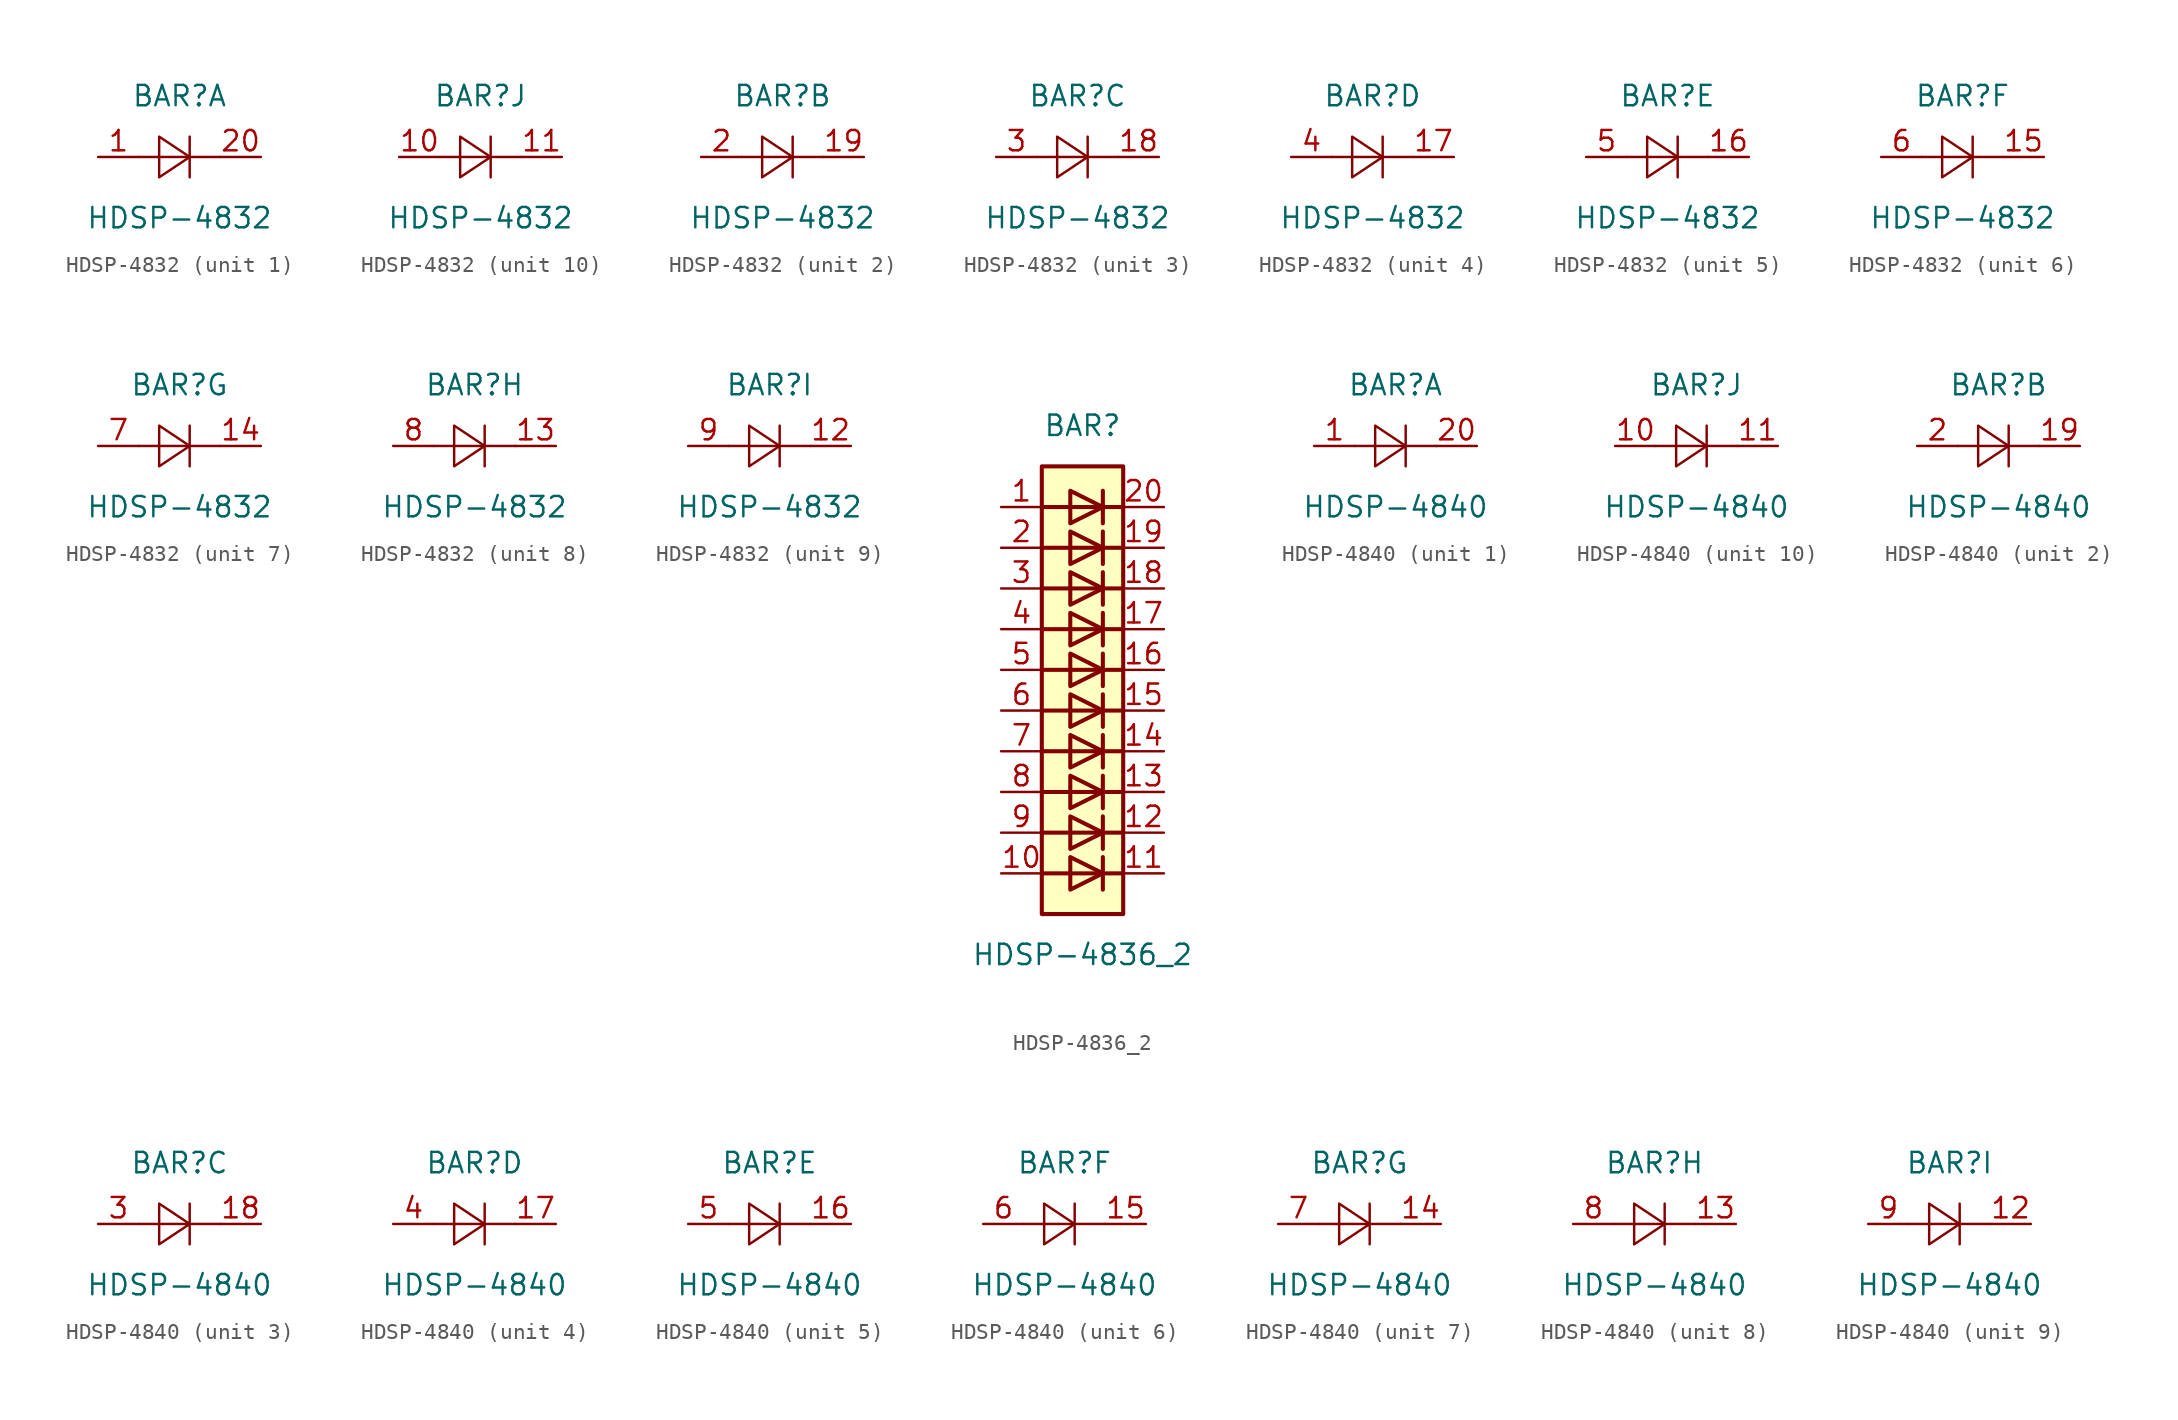
<source format=kicad_sym>
(kicad_symbol_lib
  (version 20201005)
  (generator kicad_symbol_editor)
  (symbol "HDSP-4832"
    (pin_names
      (offset 1.016) hide)
    (property "Reference" "BAR"
      (at 0 3.81 0)
      (effects (font (size 1.27 1.27))))
    (property "Value" "HDSP-4832"
      (at 0 -3.81 0)
      (effects (font (size 1.27 1.27))))
    (symbol "HDSP-4832_0_1"
      (polyline (pts (xy 0.635 1.27) (xy 0.635 -1.27)) (stroke (width 0)) (fill (type none)))
      (polyline (pts (xy 2.54 0) (xy -2.54 0)) (stroke (width 0)) (fill (type none)))
      (polyline (pts (xy -1.27 1.27) (xy -1.27 -1.27) (xy 0.635 0) (xy -1.27 1.27)) (stroke (width 0)) (fill (type none))))
    (symbol "HDSP-4832_1_1"
      (pin passive line (at -5.08 0 0) (length 2.54) (name "A" (effects (font (size 1.27 1.27)))) (number "1" (effects (font (size 1.27 1.27)))))
      (pin passive line (at 5.08 0 180) (length 2.54) (name "K" (effects (font (size 1.27 1.27)))) (number "20" (effects (font (size 1.27 1.27))))))
    (symbol "HDSP-4832_2_1"
      (pin passive line (at 5.08 0 180) (length 2.54) (name "K" (effects (font (size 1.27 1.27)))) (number "19" (effects (font (size 1.27 1.27)))))
      (pin passive line (at -5.08 0 0) (length 2.54) (name "A" (effects (font (size 1.27 1.27)))) (number "2" (effects (font (size 1.27 1.27))))))
    (symbol "HDSP-4832_3_1"
      (pin passive line (at 5.08 0 180) (length 2.54) (name "K" (effects (font (size 1.27 1.27)))) (number "18" (effects (font (size 1.27 1.27)))))
      (pin passive line (at -5.08 0 0) (length 2.54) (name "A" (effects (font (size 1.27 1.27)))) (number "3" (effects (font (size 1.27 1.27))))))
    (symbol "HDSP-4832_4_1"
      (pin passive line (at 5.08 0 180) (length 2.54) (name "K" (effects (font (size 1.27 1.27)))) (number "17" (effects (font (size 1.27 1.27)))))
      (pin passive line (at -5.08 0 0) (length 2.54) (name "A" (effects (font (size 1.27 1.27)))) (number "4" (effects (font (size 1.27 1.27))))))
    (symbol "HDSP-4832_5_1"
      (pin passive line (at 5.08 0 180) (length 2.54) (name "K" (effects (font (size 1.27 1.27)))) (number "16" (effects (font (size 1.27 1.27)))))
      (pin passive line (at -5.08 0 0) (length 2.54) (name "A" (effects (font (size 1.27 1.27)))) (number "5" (effects (font (size 1.27 1.27))))))
    (symbol "HDSP-4832_6_1"
      (pin passive line (at 5.08 0 180) (length 2.54) (name "K" (effects (font (size 1.27 1.27)))) (number "15" (effects (font (size 1.27 1.27)))))
      (pin passive line (at -5.08 0 0) (length 2.54) (name "A" (effects (font (size 1.27 1.27)))) (number "6" (effects (font (size 1.27 1.27))))))
    (symbol "HDSP-4832_7_1"
      (pin passive line (at 5.08 0 180) (length 2.54) (name "K" (effects (font (size 1.27 1.27)))) (number "14" (effects (font (size 1.27 1.27)))))
      (pin passive line (at -5.08 0 0) (length 2.54) (name "A" (effects (font (size 1.27 1.27)))) (number "7" (effects (font (size 1.27 1.27))))))
    (symbol "HDSP-4832_8_1"
      (pin passive line (at 5.08 0 180) (length 2.54) (name "K" (effects (font (size 1.27 1.27)))) (number "13" (effects (font (size 1.27 1.27)))))
      (pin passive line (at -5.08 0 0) (length 2.54) (name "A" (effects (font (size 1.27 1.27)))) (number "8" (effects (font (size 1.27 1.27))))))
    (symbol "HDSP-4832_9_1"
      (pin passive line (at 5.08 0 180) (length 2.54) (name "K" (effects (font (size 1.27 1.27)))) (number "12" (effects (font (size 1.27 1.27)))))
      (pin passive line (at -5.08 0 0) (length 2.54) (name "A" (effects (font (size 1.27 1.27)))) (number "9" (effects (font (size 1.27 1.27))))))
    (symbol "HDSP-4832_10_1"
      (pin passive line (at -5.08 0 0) (length 2.54) (name "A" (effects (font (size 1.27 1.27)))) (number "10" (effects (font (size 1.27 1.27)))))
      (pin passive line (at 5.08 0 180) (length 2.54) (name "K" (effects (font (size 1.27 1.27)))) (number "11" (effects (font (size 1.27 1.27)))))))
  (symbol "HDSP-4836_2"
    (pin_names
      (offset 1.016) hide)
    (property "Reference" "BAR"
      (at 0 15.24 0)
      (effects (font (size 1.27 1.27))))
    (property "Value" "HDSP-4836_2"
      (at 0 -17.78 0)
      (effects (font (size 1.27 1.27))))
    (symbol "HDSP-4836_2_0_1"
      (rectangle (start -2.54 12.7) (end 2.54 -15.24) (stroke (width 0.254)) (fill (type background)))
      (polyline (pts (xy -2.54 -12.7) (xy 2.54 -12.7)) (stroke (width 0.254)) (fill (type none)))
      (polyline (pts (xy -2.54 -10.16) (xy 2.54 -10.16)) (stroke (width 0.254)) (fill (type none)))
      (polyline (pts (xy -2.54 -7.62) (xy 2.54 -7.62)) (stroke (width 0.254)) (fill (type none)))
      (polyline (pts (xy -2.54 -5.08) (xy 2.54 -5.08)) (stroke (width 0.254)) (fill (type none)))
      (polyline (pts (xy -2.54 0) (xy 2.54 0)) (stroke (width 0.254)) (fill (type none)))
      (polyline (pts (xy -2.54 5.08) (xy 2.54 5.08)) (stroke (width 0.254)) (fill (type none)))
      (polyline (pts (xy -2.54 7.62) (xy 2.54 7.62)) (stroke (width 0.254)) (fill (type none)))
      (polyline (pts (xy -2.54 10.16) (xy 2.54 10.16)) (stroke (width 0.254)) (fill (type none)))
      (polyline (pts (xy 1.27 -11.684) (xy 1.27 -13.716)) (stroke (width 0.254)) (fill (type none)))
      (polyline (pts (xy 1.27 -9.144) (xy 1.27 -11.176)) (stroke (width 0.254)) (fill (type none)))
      (polyline (pts (xy 1.27 -6.604) (xy 1.27 -8.636)) (stroke (width 0.254)) (fill (type none)))
      (polyline (pts (xy 1.27 -4.064) (xy 1.27 -6.096)) (stroke (width 0.254)) (fill (type none)))
      (polyline (pts (xy 1.27 -1.524) (xy 1.27 -3.556)) (stroke (width 0.254)) (fill (type none)))
      (polyline (pts (xy 1.27 1.016) (xy 1.27 -1.016)) (stroke (width 0.254)) (fill (type none)))
      (polyline (pts (xy 1.27 3.556) (xy 1.27 1.524)) (stroke (width 0.254)) (fill (type none)))
      (polyline (pts (xy 1.27 6.096) (xy 1.27 4.064)) (stroke (width 0.254)) (fill (type none)))
      (polyline (pts (xy 1.27 8.636) (xy 1.27 6.604)) (stroke (width 0.254)) (fill (type none)))
      (polyline (pts (xy 1.27 11.176) (xy 1.27 9.144)) (stroke (width 0.254)) (fill (type none)))
      (polyline (pts (xy 2.54 -2.54) (xy -2.54 -2.54)) (stroke (width 0.254)) (fill (type none)))
      (polyline (pts (xy 2.54 2.54) (xy -2.54 2.54)) (stroke (width 0.254)) (fill (type none)))
      (polyline (pts (xy -0.762 -11.684) (xy -0.762 -13.716) (xy 1.27 -12.7) (xy -0.762 -11.684)) (stroke (width 0.254)) (fill (type none)))
      (polyline (pts (xy -0.762 -9.144) (xy -0.762 -11.176) (xy 1.27 -10.16) (xy -0.762 -9.144)) (stroke (width 0.254)) (fill (type none)))
      (polyline (pts (xy -0.762 -6.604) (xy -0.762 -8.636) (xy 1.27 -7.62) (xy -0.762 -6.604)) (stroke (width 0.254)) (fill (type none)))
      (polyline (pts (xy -0.762 -4.064) (xy -0.762 -6.096) (xy 1.27 -5.08) (xy -0.762 -4.064)) (stroke (width 0.254)) (fill (type none)))
      (polyline (pts (xy -0.762 -1.524) (xy -0.762 -3.556) (xy 1.27 -2.54) (xy -0.762 -1.524)) (stroke (width 0.254)) (fill (type none)))
      (polyline (pts (xy -0.762 1.016) (xy -0.762 -1.016) (xy 1.27 0) (xy -0.762 1.016)) (stroke (width 0.254)) (fill (type none)))
      (polyline (pts (xy -0.762 3.556) (xy -0.762 1.524) (xy 1.27 2.54) (xy -0.762 3.556)) (stroke (width 0.254)) (fill (type none)))
      (polyline (pts (xy -0.762 6.096) (xy -0.762 4.064) (xy 1.27 5.08) (xy -0.762 6.096)) (stroke (width 0.254)) (fill (type none)))
      (polyline (pts (xy -0.762 8.636) (xy -0.762 6.604) (xy 1.27 7.62) (xy -0.762 8.636)) (stroke (width 0.254)) (fill (type none)))
      (polyline (pts (xy -0.762 11.176) (xy -0.762 9.144) (xy 1.27 10.16) (xy -0.762 11.176)) (stroke (width 0.254)) (fill (type none))))
    (symbol "HDSP-4836_2_1_1"
      (pin passive line (at -5.08 10.16 0) (length 2.54) (name "A" (effects (font (size 1.27 1.27)))) (number "1" (effects (font (size 1.27 1.27)))))
      (pin passive line (at -5.08 -12.7 0) (length 2.54) (name "A" (effects (font (size 1.27 1.27)))) (number "10" (effects (font (size 1.27 1.27)))))
      (pin passive line (at 5.08 -12.7 180) (length 2.54) (name "K" (effects (font (size 1.27 1.27)))) (number "11" (effects (font (size 1.27 1.27)))))
      (pin passive line (at 5.08 -10.16 180) (length 2.54) (name "K" (effects (font (size 1.27 1.27)))) (number "12" (effects (font (size 1.27 1.27)))))
      (pin passive line (at 5.08 -7.62 180) (length 2.54) (name "K" (effects (font (size 1.27 1.27)))) (number "13" (effects (font (size 1.27 1.27)))))
      (pin passive line (at 5.08 -5.08 180) (length 2.54) (name "K" (effects (font (size 1.27 1.27)))) (number "14" (effects (font (size 1.27 1.27)))))
      (pin passive line (at 5.08 -2.54 180) (length 2.54) (name "K" (effects (font (size 1.27 1.27)))) (number "15" (effects (font (size 1.27 1.27)))))
      (pin passive line (at 5.08 0 180) (length 2.54) (name "K" (effects (font (size 1.27 1.27)))) (number "16" (effects (font (size 1.27 1.27)))))
      (pin passive line (at 5.08 2.54 180) (length 2.54) (name "K" (effects (font (size 1.27 1.27)))) (number "17" (effects (font (size 1.27 1.27)))))
      (pin passive line (at 5.08 5.08 180) (length 2.54) (name "K" (effects (font (size 1.27 1.27)))) (number "18" (effects (font (size 1.27 1.27)))))
      (pin passive line (at 5.08 7.62 180) (length 2.54) (name "K" (effects (font (size 1.27 1.27)))) (number "19" (effects (font (size 1.27 1.27)))))
      (pin passive line (at -5.08 7.62 0) (length 2.54) (name "A" (effects (font (size 1.27 1.27)))) (number "2" (effects (font (size 1.27 1.27)))))
      (pin passive line (at 5.08 10.16 180) (length 2.54) (name "K" (effects (font (size 1.27 1.27)))) (number "20" (effects (font (size 1.27 1.27)))))
      (pin passive line (at -5.08 5.08 0) (length 2.54) (name "A" (effects (font (size 1.27 1.27)))) (number "3" (effects (font (size 1.27 1.27)))))
      (pin passive line (at -5.08 2.54 0) (length 2.54) (name "A" (effects (font (size 1.27 1.27)))) (number "4" (effects (font (size 1.27 1.27)))))
      (pin passive line (at -5.08 0 0) (length 2.54) (name "A" (effects (font (size 1.27 1.27)))) (number "5" (effects (font (size 1.27 1.27)))))
      (pin passive line (at -5.08 -2.54 0) (length 2.54) (name "A" (effects (font (size 1.27 1.27)))) (number "6" (effects (font (size 1.27 1.27)))))
      (pin passive line (at -5.08 -5.08 0) (length 2.54) (name "A" (effects (font (size 1.27 1.27)))) (number "7" (effects (font (size 1.27 1.27)))))
      (pin passive line (at -5.08 -7.62 0) (length 2.54) (name "A" (effects (font (size 1.27 1.27)))) (number "8" (effects (font (size 1.27 1.27)))))
      (pin passive line (at -5.08 -10.16 0) (length 2.54) (name "A" (effects (font (size 1.27 1.27)))) (number "9" (effects (font (size 1.27 1.27)))))))
  (symbol "HDSP-4840"
    (pin_names
      (offset 1.016) hide)
    (property "Reference" "BAR"
      (at 0 3.81 0)
      (effects (font (size 1.27 1.27))))
    (property "Value" "HDSP-4840"
      (at 0 -3.81 0)
      (effects (font (size 1.27 1.27))))
    (symbol "HDSP-4840_0_1"
      (polyline (pts (xy -2.54 0) (xy 2.54 0)) (stroke (width 0)) (fill (type none)))
      (polyline (pts (xy 0.635 1.27) (xy 0.635 -1.27)) (stroke (width 0)) (fill (type none)))
      (polyline (pts (xy -1.27 1.27) (xy -1.27 -1.27) (xy 0.635 0) (xy -1.27 1.27)) (stroke (width 0)) (fill (type none))))
    (symbol "HDSP-4840_1_1"
      (pin passive line (at -5.08 0 0) (length 2.54) (name "A" (effects (font (size 1.27 1.27)))) (number "1" (effects (font (size 1.27 1.27)))))
      (pin passive line (at 5.08 0 180) (length 2.54) (name "K" (effects (font (size 1.27 1.27)))) (number "20" (effects (font (size 1.27 1.27))))))
    (symbol "HDSP-4840_2_1"
      (pin passive line (at 5.08 0 180) (length 2.54) (name "K" (effects (font (size 1.27 1.27)))) (number "19" (effects (font (size 1.27 1.27)))))
      (pin passive line (at -5.08 0 0) (length 2.54) (name "A" (effects (font (size 1.27 1.27)))) (number "2" (effects (font (size 1.27 1.27))))))
    (symbol "HDSP-4840_3_1"
      (pin passive line (at 5.08 0 180) (length 2.54) (name "K" (effects (font (size 1.27 1.27)))) (number "18" (effects (font (size 1.27 1.27)))))
      (pin passive line (at -5.08 0 0) (length 2.54) (name "A" (effects (font (size 1.27 1.27)))) (number "3" (effects (font (size 1.27 1.27))))))
    (symbol "HDSP-4840_4_1"
      (pin passive line (at 5.08 0 180) (length 2.54) (name "K" (effects (font (size 1.27 1.27)))) (number "17" (effects (font (size 1.27 1.27)))))
      (pin passive line (at -5.08 0 0) (length 2.54) (name "A" (effects (font (size 1.27 1.27)))) (number "4" (effects (font (size 1.27 1.27))))))
    (symbol "HDSP-4840_5_1"
      (pin passive line (at 5.08 0 180) (length 2.54) (name "K" (effects (font (size 1.27 1.27)))) (number "16" (effects (font (size 1.27 1.27)))))
      (pin passive line (at -5.08 0 0) (length 2.54) (name "A" (effects (font (size 1.27 1.27)))) (number "5" (effects (font (size 1.27 1.27))))))
    (symbol "HDSP-4840_6_1"
      (pin passive line (at 5.08 0 180) (length 2.54) (name "K" (effects (font (size 1.27 1.27)))) (number "15" (effects (font (size 1.27 1.27)))))
      (pin passive line (at -5.08 0 0) (length 2.54) (name "A" (effects (font (size 1.27 1.27)))) (number "6" (effects (font (size 1.27 1.27))))))
    (symbol "HDSP-4840_7_1"
      (pin passive line (at 5.08 0 180) (length 2.54) (name "K" (effects (font (size 1.27 1.27)))) (number "14" (effects (font (size 1.27 1.27)))))
      (pin passive line (at -5.08 0 0) (length 2.54) (name "A" (effects (font (size 1.27 1.27)))) (number "7" (effects (font (size 1.27 1.27))))))
    (symbol "HDSP-4840_8_1"
      (pin passive line (at 5.08 0 180) (length 2.54) (name "K" (effects (font (size 1.27 1.27)))) (number "13" (effects (font (size 1.27 1.27)))))
      (pin passive line (at -5.08 0 0) (length 2.54) (name "A" (effects (font (size 1.27 1.27)))) (number "8" (effects (font (size 1.27 1.27))))))
    (symbol "HDSP-4840_9_1"
      (pin passive line (at 5.08 0 180) (length 2.54) (name "K" (effects (font (size 1.27 1.27)))) (number "12" (effects (font (size 1.27 1.27)))))
      (pin passive line (at -5.08 0 0) (length 2.54) (name "A" (effects (font (size 1.27 1.27)))) (number "9" (effects (font (size 1.27 1.27))))))
    (symbol "HDSP-4840_10_1"
      (pin passive line (at -5.08 0 0) (length 2.54) (name "A" (effects (font (size 1.27 1.27)))) (number "10" (effects (font (size 1.27 1.27)))))
      (pin passive line (at 5.08 0 180) (length 2.54) (name "K" (effects (font (size 1.27 1.27)))) (number "11" (effects (font (size 1.27 1.27))))))))
</source>
